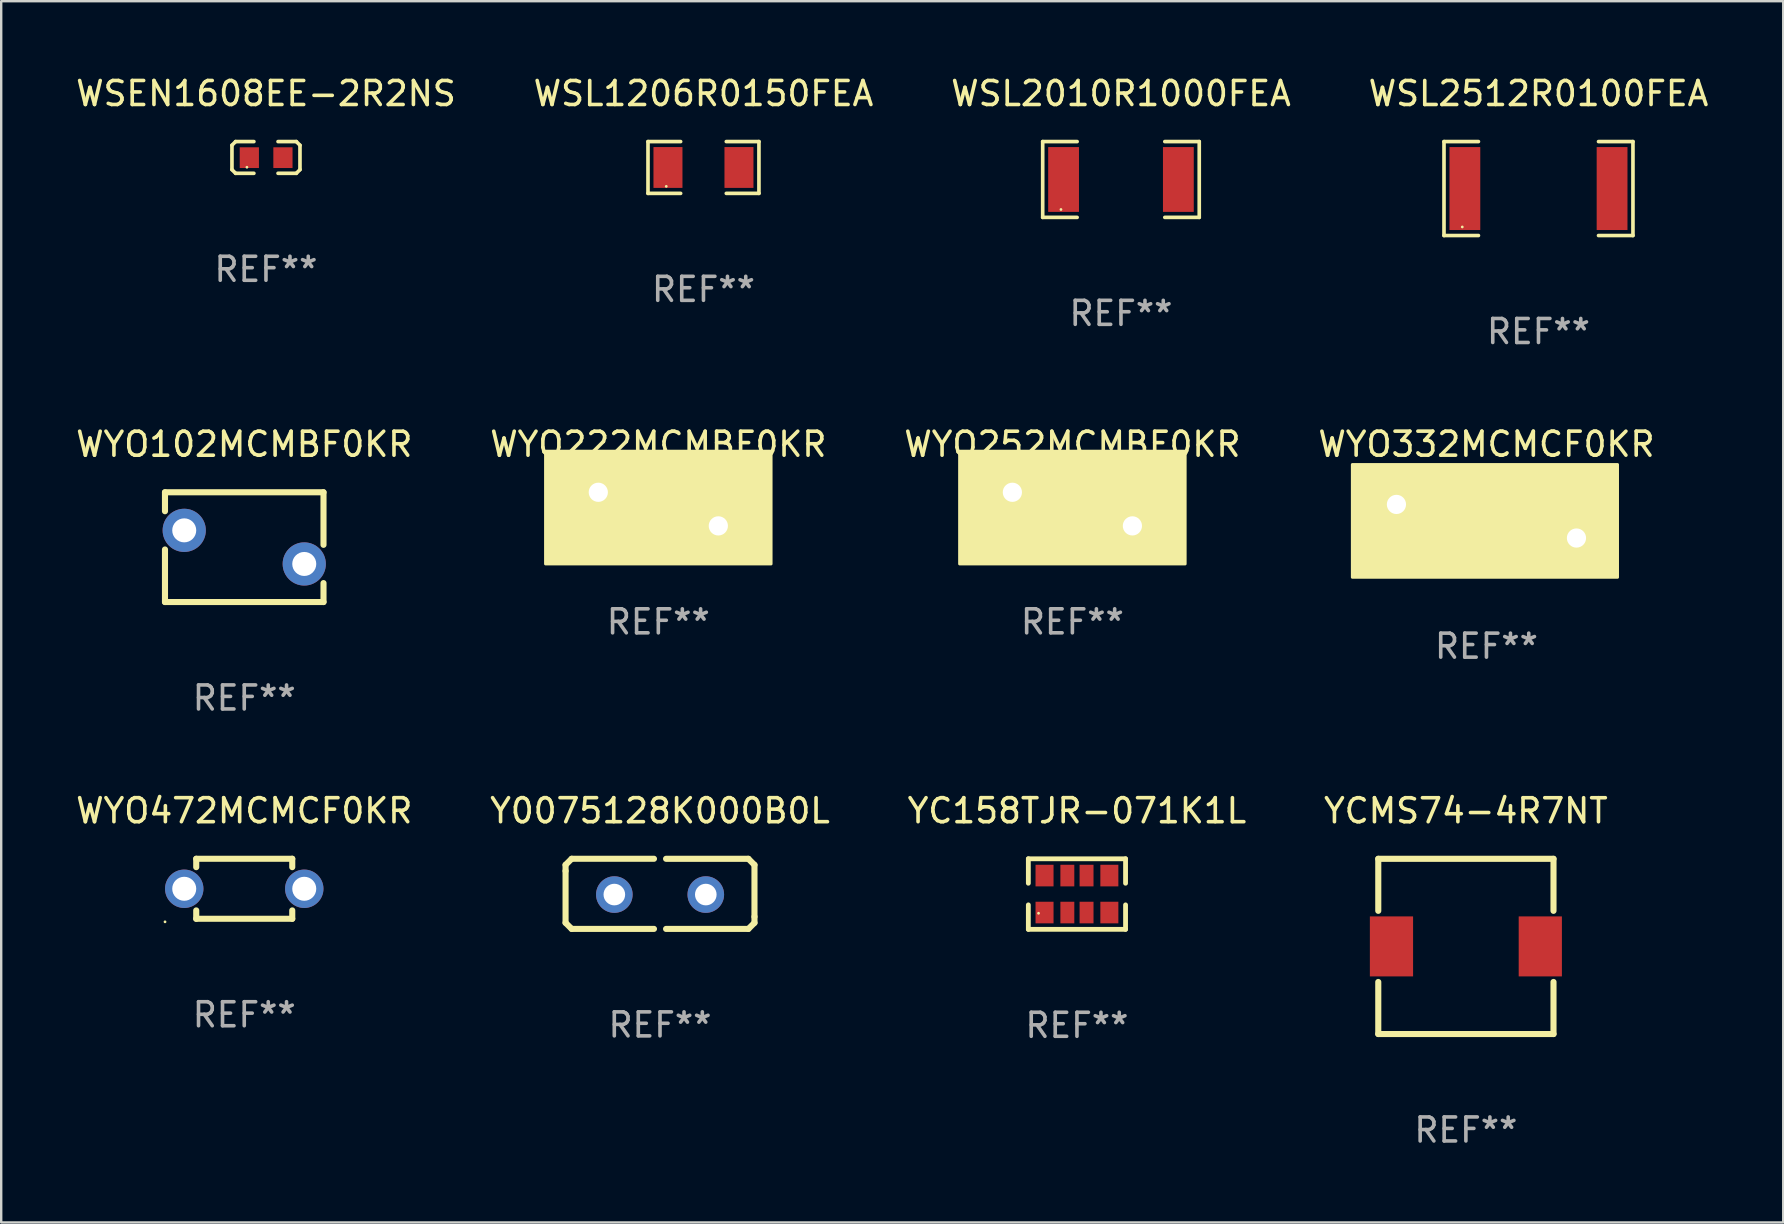
<source format=kicad_pcb>
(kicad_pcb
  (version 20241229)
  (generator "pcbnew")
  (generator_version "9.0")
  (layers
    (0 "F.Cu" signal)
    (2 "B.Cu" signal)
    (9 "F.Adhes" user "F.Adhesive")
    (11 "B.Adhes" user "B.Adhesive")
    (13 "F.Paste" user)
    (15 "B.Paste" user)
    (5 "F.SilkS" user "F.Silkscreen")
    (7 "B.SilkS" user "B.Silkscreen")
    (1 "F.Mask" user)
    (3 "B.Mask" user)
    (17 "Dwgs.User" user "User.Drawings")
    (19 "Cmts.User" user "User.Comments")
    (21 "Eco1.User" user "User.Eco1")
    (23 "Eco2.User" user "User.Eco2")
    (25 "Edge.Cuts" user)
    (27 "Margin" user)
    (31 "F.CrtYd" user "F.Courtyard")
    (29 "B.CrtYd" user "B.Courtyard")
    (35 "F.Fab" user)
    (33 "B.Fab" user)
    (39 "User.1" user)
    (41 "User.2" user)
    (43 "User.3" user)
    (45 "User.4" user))
  (footprint "WSL2010R1000FEA"
    (layer "F.Cu")
    (at 43.649 4.427)
    (property "Reference" "WSL2010R1000FEA" (at 0 -3.579 0) (layer "F.SilkS") (effects (font (size 1 1) (thickness 0.15))))
    (attr through_hole)
    (fp_line (start -3.261 -1.579) (end -1.826 -1.579) (stroke (width 0.152) (type solid)) (layer "F.SilkS"))
    (fp_line (start -3.261 1.579) (end -3.261 -1.579) (stroke (width 0.152) (type solid)) (layer "F.SilkS"))
    (fp_line (start -1.826 1.579) (end -3.261 1.579) (stroke (width 0.152) (type solid)) (layer "F.SilkS"))
    (fp_line (start 1.826 1.579) (end 3.261 1.579) (stroke (width 0.152) (type solid)) (layer "F.SilkS"))
    (fp_line (start 3.261 -1.579) (end 1.826 -1.579) (stroke (width 0.152) (type solid)) (layer "F.SilkS"))
    (fp_line (start 3.261 1.579) (end 3.261 -1.579) (stroke (width 0.152) (type solid)) (layer "F.SilkS"))
    (fp_circle (center -2.5 1.25) (end -2.47 1.25) (stroke (width 0.06) (type solid)) (fill no) (layer "F.SilkS"))
    (fp_text user "REF**" (at 0 5.579 0) (layer "F.Fab") (effects (font (size 1 1) (thickness 0.15))))
    (pad "1" smd rect (at -2.391 0) (size 1.283 2.7) (layers "F.Cu" "F.Mask" "F.Paste"))
    (pad "2" smd rect (at 2.391 0) (size 1.283 2.7) (layers "F.Cu" "F.Mask" "F.Paste")))
  (footprint "WYO472MCMCF0KR"
    (layer "F.Cu")
    (at 7.125 33.976)
    (property "Reference" "WYO472MCMCF0KR" (at 0 -3.25 0) (layer "F.SilkS") (effects (font (size 1 1) (thickness 0.15))))
    (attr through_hole)
    (fp_line (start -2 -1.25) (end -2 -0.901) (stroke (width 0.254) (type solid)) (layer "F.SilkS"))
    (fp_line (start -2 -1.25) (end 2 -1.25) (stroke (width 0.254) (type solid)) (layer "F.SilkS"))
    (fp_line (start -2 0.901) (end -2 1.25) (stroke (width 0.254) (type solid)) (layer "F.SilkS"))
    (fp_line (start 2 -1.25) (end 2 -0.901) (stroke (width 0.254) (type solid)) (layer "F.SilkS"))
    (fp_line (start 2 0.901) (end 2 1.25) (stroke (width 0.254) (type solid)) (layer "F.SilkS"))
    (fp_line (start 2 1.25) (end -2 1.25) (stroke (width 0.254) (type solid)) (layer "F.SilkS"))
    (fp_circle (center -3.3 1.377) (end -3.27 1.377) (stroke (width 0.06) (type solid)) (fill no) (layer "F.SilkS"))
    (fp_text user "REF**" (at 0 5.25 0) (layer "F.Fab") (effects (font (size 1 1) (thickness 0.15))))
    (pad "1" thru_hole circle (at -2.5 0) (size 1.6 1.6) (drill 1) (layers "*.Cu" "*.Mask"))
    (pad "2" thru_hole circle (at 2.5 0) (size 1.6 1.6) (drill 1) (layers "*.Cu" "*.Mask")))
  (footprint "Y0075128K000B0L"
    (layer "F.Cu")
    (at 24.446 34.187)
    (property "Reference" "Y0075128K000B0L" (at 0 -3.461 0) (layer "F.SilkS") (effects (font (size 1 1) (thickness 0.15))))
    (attr through_hole)
    (fp_line (start -3.935 -1.207) (end -3.681 -1.461) (stroke (width 0.254) (type solid)) (layer "F.SilkS"))
    (fp_line (start -3.935 -0.953) (end -3.935 -1.207) (stroke (width 0.254) (type solid)) (layer "F.SilkS"))
    (fp_line (start -3.935 1.206) (end -3.935 -0.953) (stroke (width 0.254) (type solid)) (layer "F.SilkS"))
    (fp_line (start -3.681 -1.461) (end -0.252 -1.461) (stroke (width 0.254) (type solid)) (layer "F.SilkS"))
    (fp_line (start -3.681 1.46) (end -3.935 1.206) (stroke (width 0.254) (type solid)) (layer "F.SilkS"))
    (fp_line (start -0.252 1.46) (end -3.681 1.46) (stroke (width 0.254) (type solid)) (layer "F.SilkS"))
    (fp_line (start 0.252 -1.46) (end 3.681 -1.46) (stroke (width 0.254) (type solid)) (layer "F.SilkS"))
    (fp_line (start 3.681 -1.46) (end 3.935 -1.206) (stroke (width 0.254) (type solid)) (layer "F.SilkS"))
    (fp_line (start 3.681 1.461) (end 0.252 1.461) (stroke (width 0.254) (type solid)) (layer "F.SilkS"))
    (fp_line (start 3.935 -1.206) (end 3.935 0.953) (stroke (width 0.254) (type solid)) (layer "F.SilkS"))
    (fp_line (start 3.935 0.953) (end 3.935 1.207) (stroke (width 0.254) (type solid)) (layer "F.SilkS"))
    (fp_line (start 3.935 1.207) (end 3.681 1.461) (stroke (width 0.254) (type solid)) (layer "F.SilkS"))
    (fp_circle (center -3.798 1.38) (end -3.768 1.38) (stroke (width 0.06) (type solid)) (fill no) (layer "F.SilkS"))
    (fp_text user "REF**" (at 0 5.461 0) (layer "F.Fab") (effects (font (size 1 1) (thickness 0.15))))
    (pad "1" thru_hole circle (at -1.903 0.03) (size 1.524 1.524) (drill 0.9) (layers "*.Cu" "*.Mask"))
    (pad "2" thru_hole circle (at 1.907 0.03) (size 1.524 1.524) (drill 0.9) (layers "*.Cu" "*.Mask")))
  (footprint "YC158TJR-071K1L"
    (layer "F.Cu")
    (at 41.815 34.196)
    (property "Reference" "YC158TJR-071K1L" (at 0 -3.47 0) (layer "F.SilkS") (effects (font (size 1 1) (thickness 0.15))))
    (attr through_hole)
    (fp_line (start -2.025 -1.47) (end 2.025 -1.47) (stroke (width 0.2) (type solid)) (layer "F.SilkS"))
    (fp_line (start -2.025 -0.45) (end -2.025 -1.47) (stroke (width 0.2) (type solid)) (layer "F.SilkS"))
    (fp_line (start -2.025 0.45) (end -2.025 1.47) (stroke (width 0.2) (type solid)) (layer "F.SilkS"))
    (fp_line (start -2.025 1.47) (end 2.025 1.47) (stroke (width 0.2) (type solid)) (layer "F.SilkS"))
    (fp_line (start 2.025 -1.47) (end 2.025 -0.45) (stroke (width 0.2) (type solid)) (layer "F.SilkS"))
    (fp_line (start 2.025 1.47) (end 2.025 0.45) (stroke (width 0.2) (type solid)) (layer "F.SilkS"))
    (fp_circle (center -1.6 0.8) (end -1.57 0.8) (stroke (width 0.06) (type solid)) (fill no) (layer "F.SilkS"))
    (fp_text user "REF**" (at 0 5.47 0) (layer "F.Fab") (effects (font (size 1 1) (thickness 0.15))))
    (pad "1" smd rect (at -1.35 0.77 90) (size 0.9 0.75) (layers "F.Cu" "F.Mask" "F.Paste"))
    (pad "2" smd rect (at -0.4 0.77 90) (size 0.9 0.58) (layers "F.Cu" "F.Mask" "F.Paste"))
    (pad "3" smd rect (at 0.4 0.77 90) (size 0.9 0.58) (layers "F.Cu" "F.Mask" "F.Paste"))
    (pad "4" smd rect (at 1.35 0.77 90) (size 0.9 0.75) (layers "F.Cu" "F.Mask" "F.Paste"))
    (pad "5" smd rect (at 1.35 -0.77 90) (size 0.9 0.75) (layers "F.Cu" "F.Mask" "F.Paste"))
    (pad "6" smd rect (at 0.4 -0.77 90) (size 0.9 0.58) (layers "F.Cu" "F.Mask" "F.Paste"))
    (pad "7" smd rect (at -0.4 -0.77 90) (size 0.9 0.58) (layers "F.Cu" "F.Mask" "F.Paste"))
    (pad "8" smd rect (at -1.35 -0.77 90) (size 0.9 0.75) (layers "F.Cu" "F.Mask" "F.Paste")))
  (footprint "WYO332MCMCF0KR"
    (layer "F.Cu")
    (at 58.875 18.664)
    (property "Reference" "WYO332MCMCF0KR" (at 0 -3.207 0) (layer "F.SilkS") (effects (font (size 1 1) (thickness 0.15))))
    (attr through_hole)
    (fp_line (start -0.508 -1.207) (end -0.508 1.207) (stroke (width 0.254) (type solid)) (layer "F.SilkS"))
    (fp_line (start -0.508 -0.000025) (end -1.778 -0.000025) (stroke (width 0.254) (type solid)) (layer "F.SilkS"))
    (fp_line (start 0.508 0.000025) (end 1.778 0.000025) (stroke (width 0.254) (type solid)) (layer "F.SilkS"))
    (fp_line (start 0.508 1.207) (end 0.508 -1.207) (stroke (width 0.254) (type solid)) (layer "F.SilkS"))
    (fp_circle (center -5.5 -2.25) (end -5.47 -2.25) (stroke (width 0.06) (type solid)) (fill no) (layer "F.SilkS"))
    (fp_poly (pts (xy -5.588 -2.363) (xy 5.461 -2.363) (xy 5.461 2.336) (xy -5.588 2.336)) (stroke (width 0.12) (type solid)) (fill yes) (layer "F.SilkS"))
    (fp_text user "REF**" (at 0 5.207 0) (layer "F.Fab") (effects (font (size 1 1) (thickness 0.15))))
    (pad "1" thru_hole circle (at -3.75 -0.7) (size 1.4 1.4) (drill 0.8) (layers "*.Cu" "*.Mask"))
    (pad "2" thru_hole circle (at 3.75 0.7) (size 1.4 1.4) (drill 0.8) (layers "*.Cu" "*.Mask")))
  (footprint "WSL2512R0100FEA"
    (layer "F.Cu")
    (at 61.042 4.805)
    (property "Reference" "WSL2512R0100FEA" (at 0 -3.957 0) (layer "F.SilkS") (effects (font (size 1 1) (thickness 0.15))))
    (attr through_hole)
    (fp_line (start -3.936 -1.957) (end -2.501 -1.957) (stroke (width 0.152) (type solid)) (layer "F.SilkS"))
    (fp_line (start -3.936 1.957) (end -3.936 -1.957) (stroke (width 0.152) (type solid)) (layer "F.SilkS"))
    (fp_line (start -2.501 1.957) (end -3.936 1.957) (stroke (width 0.152) (type solid)) (layer "F.SilkS"))
    (fp_line (start 2.501 1.957) (end 3.936 1.957) (stroke (width 0.152) (type solid)) (layer "F.SilkS"))
    (fp_line (start 3.936 -1.957) (end 2.501 -1.957) (stroke (width 0.152) (type solid)) (layer "F.SilkS"))
    (fp_line (start 3.936 1.957) (end 3.936 -1.957) (stroke (width 0.152) (type solid)) (layer "F.SilkS"))
    (fp_circle (center -3.175 1.6) (end -3.145 1.6) (stroke (width 0.06) (type solid)) (fill no) (layer "F.SilkS"))
    (fp_text user "REF**" (at 0 5.957 0) (layer "F.Fab") (effects (font (size 1 1) (thickness 0.15))))
    (pad "1" smd rect (at -3.066 0) (size 1.283 3.456) (layers "F.Cu" "F.Mask" "F.Paste"))
    (pad "2" smd rect (at 3.066 0) (size 1.283 3.456) (layers "F.Cu" "F.Mask" "F.Paste")))
  (footprint "WYO252MCMBF0KR"
    (layer "F.Cu")
    (at 41.625 18.158)
    (property "Reference" "WYO252MCMBF0KR" (at 0 -2.7 0) (layer "F.SilkS") (effects (font (size 1 1) (thickness 0.15))))
    (attr through_hole)
    (fp_circle (center -4.5 -2.25) (end -4.47 -2.25) (stroke (width 0.06) (type solid)) (fill no) (layer "F.SilkS"))
    (fp_poly (pts (xy -4.699 -2.413) (xy 4.699 -2.413) (xy 4.699 2.286) (xy -4.699 2.286)) (stroke (width 0.12) (type solid)) (fill yes) (layer "F.SilkS"))
    (fp_text user "REF**" (at 0 4.7 0) (layer "F.Fab") (effects (font (size 1 1) (thickness 0.15))))
    (pad "1" thru_hole circle (at -2.5 -0.7) (size 1.4 1.4) (drill 0.8) (layers "*.Cu" "*.Mask"))
    (pad "2" thru_hole circle (at 2.5 0.7) (size 1.4 1.4) (drill 0.8) (layers "*.Cu" "*.Mask")))
  (footprint "WSEN1608EE-2R2NS"
    (layer "F.Cu")
    (at 8.03 3.509)
    (property "Reference" "WSEN1608EE-2R2NS" (at 0 -2.661 0) (layer "F.SilkS") (effects (font (size 1 1) (thickness 0.15))))
    (attr through_hole)
    (fp_line (start -1.417 -0.508) (end -1.265 -0.661) (stroke (width 0.152) (type solid)) (layer "F.SilkS"))
    (fp_line (start -1.417 0.508) (end -1.417 -0.508) (stroke (width 0.152) (type solid)) (layer "F.SilkS"))
    (fp_line (start -1.265 -0.661) (end -0.503 -0.661) (stroke (width 0.152) (type solid)) (layer "F.SilkS"))
    (fp_line (start -1.265 0.661) (end -1.417 0.508) (stroke (width 0.152) (type solid)) (layer "F.SilkS"))
    (fp_line (start -1.265 0.661) (end -0.503 0.661) (stroke (width 0.152) (type solid)) (layer "F.SilkS"))
    (fp_line (start 1.265 -0.661) (end 0.503 -0.661) (stroke (width 0.152) (type solid)) (layer "F.SilkS"))
    (fp_line (start 1.265 -0.661) (end 1.417 -0.508) (stroke (width 0.152) (type solid)) (layer "F.SilkS"))
    (fp_line (start 1.265 0.661) (end 0.503 0.661) (stroke (width 0.152) (type solid)) (layer "F.SilkS"))
    (fp_line (start 1.417 -0.508) (end 1.417 0.508) (stroke (width 0.152) (type solid)) (layer "F.SilkS"))
    (fp_line (start 1.417 0.508) (end 1.265 0.661) (stroke (width 0.152) (type solid)) (layer "F.SilkS"))
    (fp_circle (center -0.793 0.409) (end -0.763 0.409) (stroke (width 0.06) (type solid)) (fill no) (layer "F.SilkS"))
    (fp_text user "REF**" (at 0 4.661 0) (layer "F.Fab") (effects (font (size 1 1) (thickness 0.15))))
    (pad "1" smd rect (at -0.693 0.009 180) (size 0.8 0.864) (layers "F.Cu" "F.Mask" "F.Paste"))
    (pad "2" smd rect (at 0.707 0.009 180) (size 0.8 0.864) (layers "F.Cu" "F.Mask" "F.Paste")))
  (footprint "WYO102MCMBF0KR"
    (layer "F.Cu")
    (at 7.125 19.744)
    (property "Reference" "WYO102MCMBF0KR" (at 0 -4.286 0) (layer "F.SilkS") (effects (font (size 1 1) (thickness 0.15))))
    (attr through_hole)
    (fp_line (start -3.302 -2.286) (end 3.302 -2.286) (stroke (width 0.254) (type solid)) (layer "F.SilkS"))
    (fp_line (start -3.302 -1.497) (end -3.302 -2.286) (stroke (width 0.254) (type solid)) (layer "F.SilkS"))
    (fp_line (start -3.302 2.286) (end -3.302 0.097) (stroke (width 0.254) (type solid)) (layer "F.SilkS"))
    (fp_line (start 3.302 -2.286) (end 3.302 -0.097) (stroke (width 0.254) (type solid)) (layer "F.SilkS"))
    (fp_line (start 3.302 1.497) (end 3.302 2.286) (stroke (width 0.254) (type solid)) (layer "F.SilkS"))
    (fp_line (start 3.302 2.286) (end -3.302 2.286) (stroke (width 0.254) (type solid)) (layer "F.SilkS"))
    (fp_circle (center -3.25 2.25) (end -3.22 2.25) (stroke (width 0.06) (type solid)) (fill no) (layer "F.SilkS"))
    (fp_text user "REF**" (at 0 6.286 0) (layer "F.Fab") (effects (font (size 1 1) (thickness 0.15))))
    (pad "1" thru_hole circle (at -2.5 -0.7) (size 1.8 1.8) (drill 1) (layers "*.Cu" "*.Mask"))
    (pad "2" thru_hole circle (at 2.5 0.7) (size 1.8 1.8) (drill 1) (layers "*.Cu" "*.Mask")))
  (footprint "WYO222MCMBF0KR"
    (layer "F.Cu")
    (at 24.375 18.158)
    (property "Reference" "WYO222MCMBF0KR" (at 0 -2.7 0) (layer "F.SilkS") (effects (font (size 1 1) (thickness 0.15))))
    (attr through_hole)
    (fp_circle (center -4.5 -2.25) (end -4.47 -2.25) (stroke (width 0.06) (type solid)) (fill no) (layer "F.SilkS"))
    (fp_poly (pts (xy -4.699 -2.413) (xy 4.699 -2.413) (xy 4.699 2.286) (xy -4.699 2.286)) (stroke (width 0.12) (type solid)) (fill yes) (layer "F.SilkS"))
    (fp_text user "REF**" (at 0 4.7 0) (layer "F.Fab") (effects (font (size 1 1) (thickness 0.15))))
    (pad "1" thru_hole circle (at -2.5 -0.7) (size 1.4 1.4) (drill 0.8) (layers "*.Cu" "*.Mask"))
    (pad "2" thru_hole circle (at 2.5 0.7) (size 1.4 1.4) (drill 0.8) (layers "*.Cu" "*.Mask")))
  (footprint "WSL1206R0150FEA"
    (layer "F.Cu")
    (at 26.256 3.927)
    (property "Reference" "WSL1206R0150FEA" (at 0 -3.079 0) (layer "F.SilkS") (effects (font (size 1 1) (thickness 0.15))))
    (attr through_hole)
    (fp_line (start -2.311 -1.079) (end -0.951 -1.079) (stroke (width 0.152) (type solid)) (layer "F.SilkS"))
    (fp_line (start -2.311 1.079) (end -2.311 -1.079) (stroke (width 0.152) (type solid)) (layer "F.SilkS"))
    (fp_line (start -0.951 1.079) (end -2.311 1.079) (stroke (width 0.152) (type solid)) (layer "F.SilkS"))
    (fp_line (start 0.951 1.079) (end 2.311 1.079) (stroke (width 0.152) (type solid)) (layer "F.SilkS"))
    (fp_line (start 2.311 -1.079) (end 0.951 -1.079) (stroke (width 0.152) (type solid)) (layer "F.SilkS"))
    (fp_line (start 2.311 1.079) (end 2.311 -1.079) (stroke (width 0.152) (type solid)) (layer "F.SilkS"))
    (fp_circle (center -1.55 0.787) (end -1.52 0.787) (stroke (width 0.06) (type solid)) (fill no) (layer "F.SilkS"))
    (fp_text user "REF**" (at 0 5.079 0) (layer "F.Fab") (effects (font (size 1 1) (thickness 0.15))))
    (pad "1" smd rect (at -1.479 0) (size 1.208 1.701) (layers "F.Cu" "F.Mask" "F.Paste"))
    (pad "2" smd rect (at 1.479 0) (size 1.208 1.701) (layers "F.Cu" "F.Mask" "F.Paste")))
  (footprint "YCMS74-4R7NT"
    (layer "F.Cu")
    (at 58.018 36.377)
    (property "Reference" "YCMS74-4R7NT" (at 0 -5.65 0) (layer "F.SilkS") (effects (font (size 1 1) (thickness 0.15))))
    (attr through_hole)
    (fp_line (start -3.65 -3.65) (end -3.65 -1.482) (stroke (width 0.254) (type solid)) (layer "F.SilkS"))
    (fp_line (start -3.65 -3.65) (end 3.65 -3.65) (stroke (width 0.254) (type solid)) (layer "F.SilkS"))
    (fp_line (start -3.65 1.481) (end -3.65 3.65) (stroke (width 0.254) (type solid)) (layer "F.SilkS"))
    (fp_line (start 3.65 3.65) (end -3.65 3.65) (stroke (width 0.254) (type solid)) (layer "F.SilkS"))
    (fp_line (start 3.65 -3.65) (end 3.65 -1.482) (stroke (width 0.254) (type solid)) (layer "F.SilkS"))
    (fp_line (start 3.65 1.481) (end 3.65 3.65) (stroke (width 0.254) (type solid)) (layer "F.SilkS"))
    (fp_circle (center -3.65 3.65) (end -3.62 3.65) (stroke (width 0.06) (type solid)) (fill no) (layer "F.SilkS"))
    (fp_text user "REF**" (at 0 7.65 0) (layer "F.Fab") (effects (font (size 1 1) (thickness 0.15))))
    (pad "1" smd rect (at -3.1 -0.000368) (size 1.8 2.5) (layers "F.Cu" "F.Mask" "F.Paste"))
    (pad "2" smd rect (at 3.1 -0.000368) (size 1.8 2.5) (layers "F.Cu" "F.Mask" "F.Paste")))
  (gr_rect
    (start -3 -3)
    (end 71.238 47.876)
    (stroke (width 0.1) (type default))
    (fill no)
    (layer "Edge.Cuts")))
</source>
